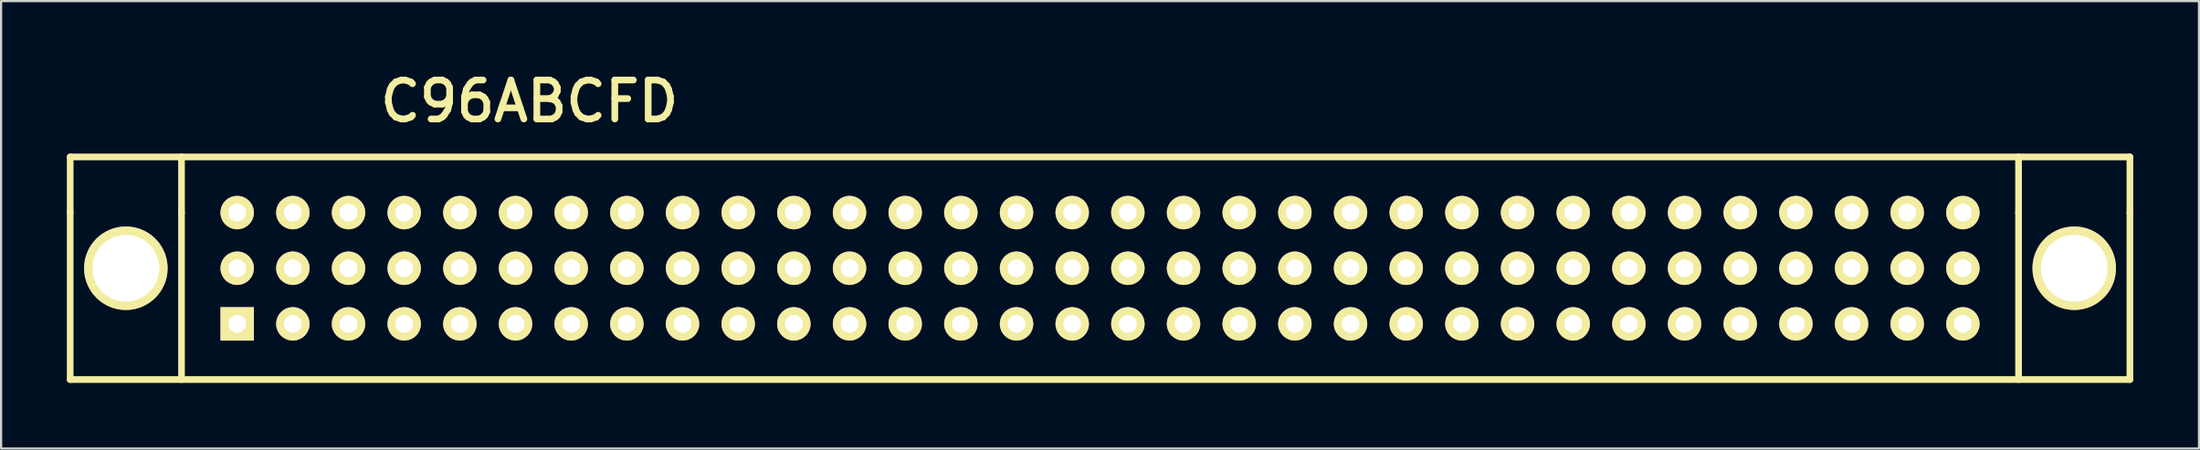
<source format=kicad_pcb>
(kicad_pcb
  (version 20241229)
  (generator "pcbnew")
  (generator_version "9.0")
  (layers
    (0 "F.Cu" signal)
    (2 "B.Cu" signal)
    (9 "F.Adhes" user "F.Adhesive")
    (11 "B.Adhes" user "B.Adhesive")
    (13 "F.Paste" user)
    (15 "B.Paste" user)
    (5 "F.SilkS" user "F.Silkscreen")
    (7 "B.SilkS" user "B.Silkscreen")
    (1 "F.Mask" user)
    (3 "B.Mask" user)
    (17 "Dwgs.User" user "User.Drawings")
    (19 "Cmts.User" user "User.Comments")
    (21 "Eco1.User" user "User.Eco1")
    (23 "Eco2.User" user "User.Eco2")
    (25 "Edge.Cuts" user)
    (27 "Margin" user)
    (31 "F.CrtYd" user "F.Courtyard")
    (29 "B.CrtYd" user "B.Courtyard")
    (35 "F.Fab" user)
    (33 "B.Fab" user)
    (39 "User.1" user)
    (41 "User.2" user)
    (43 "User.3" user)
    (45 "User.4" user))
  (footprint "C96ABCFD"
    (layer "F.Cu")
    (at 47.142 9.195)
    (property "Reference" "C96ABCFD" (at -26.035 -7.62 0) (layer "F.SilkS") (effects (font (size 1.778 1.778) (thickness 0.305))))
    (attr through_hole)
    (fp_line (start -46.99 -5.08) (end 46.99 -5.08) (stroke (width 0.305) (type solid)) (layer "F.SilkS"))
    (fp_line (start -46.99 -2.54) (end -46.99 -5.08) (stroke (width 0.305) (type solid)) (layer "F.SilkS"))
    (fp_line (start -46.99 -2.54) (end -46.99 5.08) (stroke (width 0.305) (type solid)) (layer "F.SilkS"))
    (fp_line (start -46.99 5.08) (end 46.99 5.08) (stroke (width 0.305) (type solid)) (layer "F.SilkS"))
    (fp_line (start -41.91 -2.54) (end -41.91 -5.08) (stroke (width 0.305) (type solid)) (layer "F.SilkS"))
    (fp_line (start -41.91 -2.54) (end -41.91 5.08) (stroke (width 0.305) (type solid)) (layer "F.SilkS"))
    (fp_line (start 41.91 -5.08) (end 41.91 -2.54) (stroke (width 0.305) (type solid)) (layer "F.SilkS"))
    (fp_line (start 41.91 -2.54) (end 41.91 5.08) (stroke (width 0.305) (type solid)) (layer "F.SilkS"))
    (fp_line (start 46.99 -5.08) (end 46.99 -2.54) (stroke (width 0.305) (type solid)) (layer "F.SilkS"))
    (fp_line (start 46.99 5.08) (end 46.99 -2.54) (stroke (width 0.305) (type solid)) (layer "F.SilkS"))
    (pad "65" thru_hole circle (at -44.45 0) (size 3.81 3.81) (drill 3.048) (layers "*.Cu" "*.Mask" "F.SilkS"))
    (pad "66" thru_hole circle (at 44.45 0) (size 3.81 3.81) (drill 3.048) (layers "*.Cu" "*.Mask" "F.SilkS"))
    (pad "A1" thru_hole rect (at -39.37 2.54) (size 1.524 1.524) (drill 0.813) (layers "*.Cu" "*.Mask" "F.SilkS"))
    (pad "A2" thru_hole circle (at -36.83 2.54) (size 1.524 1.524) (drill 0.813) (layers "*.Cu" "*.Mask" "F.SilkS"))
    (pad "A3" thru_hole circle (at -34.29 2.54) (size 1.524 1.524) (drill 0.813) (layers "*.Cu" "*.Mask" "F.SilkS"))
    (pad "A4" thru_hole circle (at -31.75 2.54) (size 1.524 1.524) (drill 0.813) (layers "*.Cu" "*.Mask" "F.SilkS"))
    (pad "A5" thru_hole circle (at -29.21 2.54) (size 1.524 1.524) (drill 0.813) (layers "*.Cu" "*.Mask" "F.SilkS"))
    (pad "A6" thru_hole circle (at -26.67 2.54) (size 1.524 1.524) (drill 0.813) (layers "*.Cu" "*.Mask" "F.SilkS"))
    (pad "A7" thru_hole circle (at -24.13 2.54) (size 1.524 1.524) (drill 0.813) (layers "*.Cu" "*.Mask" "F.SilkS"))
    (pad "A8" thru_hole circle (at -21.59 2.54) (size 1.524 1.524) (drill 0.813) (layers "*.Cu" "*.Mask" "F.SilkS"))
    (pad "A9" thru_hole circle (at -19.05 2.54) (size 1.524 1.524) (drill 0.813) (layers "*.Cu" "*.Mask" "F.SilkS"))
    (pad "A10" thru_hole circle (at -16.51 2.54) (size 1.524 1.524) (drill 0.813) (layers "*.Cu" "*.Mask" "F.SilkS"))
    (pad "A11" thru_hole circle (at -13.97 2.54) (size 1.524 1.524) (drill 0.813) (layers "*.Cu" "*.Mask" "F.SilkS"))
    (pad "A12" thru_hole circle (at -11.43 2.54) (size 1.524 1.524) (drill 0.813) (layers "*.Cu" "*.Mask" "F.SilkS"))
    (pad "A13" thru_hole circle (at -8.89 2.54) (size 1.524 1.524) (drill 0.813) (layers "*.Cu" "*.Mask" "F.SilkS"))
    (pad "A14" thru_hole circle (at -6.35 2.54) (size 1.524 1.524) (drill 0.813) (layers "*.Cu" "*.Mask" "F.SilkS"))
    (pad "A15" thru_hole circle (at -3.81 2.54) (size 1.524 1.524) (drill 0.813) (layers "*.Cu" "*.Mask" "F.SilkS"))
    (pad "A16" thru_hole circle (at -1.27 2.54) (size 1.524 1.524) (drill 0.813) (layers "*.Cu" "*.Mask" "F.SilkS"))
    (pad "A17" thru_hole circle (at 1.27 2.54) (size 1.524 1.524) (drill 0.813) (layers "*.Cu" "*.Mask" "F.SilkS"))
    (pad "A18" thru_hole circle (at 3.81 2.54) (size 1.524 1.524) (drill 0.813) (layers "*.Cu" "*.Mask" "F.SilkS"))
    (pad "A19" thru_hole circle (at 6.35 2.54) (size 1.524 1.524) (drill 0.813) (layers "*.Cu" "*.Mask" "F.SilkS"))
    (pad "A20" thru_hole circle (at 8.89 2.54) (size 1.524 1.524) (drill 0.813) (layers "*.Cu" "*.Mask" "F.SilkS"))
    (pad "A21" thru_hole circle (at 11.43 2.54) (size 1.524 1.524) (drill 0.813) (layers "*.Cu" "*.Mask" "F.SilkS"))
    (pad "A22" thru_hole circle (at 13.97 2.54) (size 1.524 1.524) (drill 0.813) (layers "*.Cu" "*.Mask" "F.SilkS"))
    (pad "A23" thru_hole circle (at 16.51 2.54) (size 1.524 1.524) (drill 0.813) (layers "*.Cu" "*.Mask" "F.SilkS"))
    (pad "A24" thru_hole circle (at 19.05 2.54) (size 1.524 1.524) (drill 0.813) (layers "*.Cu" "*.Mask" "F.SilkS"))
    (pad "A25" thru_hole circle (at 21.59 2.54) (size 1.524 1.524) (drill 0.813) (layers "*.Cu" "*.Mask" "F.SilkS"))
    (pad "A26" thru_hole circle (at 24.13 2.54) (size 1.524 1.524) (drill 0.813) (layers "*.Cu" "*.Mask" "F.SilkS"))
    (pad "A27" thru_hole circle (at 26.67 2.54) (size 1.524 1.524) (drill 0.813) (layers "*.Cu" "*.Mask" "F.SilkS"))
    (pad "A28" thru_hole circle (at 29.21 2.54) (size 1.524 1.524) (drill 0.813) (layers "*.Cu" "*.Mask" "F.SilkS"))
    (pad "A29" thru_hole circle (at 31.75 2.54) (size 1.524 1.524) (drill 0.813) (layers "*.Cu" "*.Mask" "F.SilkS"))
    (pad "A30" thru_hole circle (at 34.29 2.54) (size 1.524 1.524) (drill 0.813) (layers "*.Cu" "*.Mask" "F.SilkS"))
    (pad "A31" thru_hole circle (at 36.83 2.54) (size 1.524 1.524) (drill 0.813) (layers "*.Cu" "*.Mask" "F.SilkS"))
    (pad "A32" thru_hole circle (at 39.37 2.54) (size 1.524 1.524) (drill 0.813) (layers "*.Cu" "*.Mask" "F.SilkS"))
    (pad "B1" thru_hole circle (at -39.37 0) (size 1.524 1.524) (drill 0.813) (layers "*.Cu" "*.Mask" "F.SilkS"))
    (pad "B2" thru_hole circle (at -36.83 0) (size 1.524 1.524) (drill 0.813) (layers "*.Cu" "*.Mask" "F.SilkS"))
    (pad "B3" thru_hole circle (at -34.29 0) (size 1.524 1.524) (drill 0.813) (layers "*.Cu" "*.Mask" "F.SilkS"))
    (pad "B4" thru_hole circle (at -31.75 0) (size 1.524 1.524) (drill 0.813) (layers "*.Cu" "*.Mask" "F.SilkS"))
    (pad "B5" thru_hole circle (at -29.21 0) (size 1.524 1.524) (drill 0.813) (layers "*.Cu" "*.Mask" "F.SilkS"))
    (pad "B6" thru_hole circle (at -26.67 0) (size 1.524 1.524) (drill 0.813) (layers "*.Cu" "*.Mask" "F.SilkS"))
    (pad "B7" thru_hole circle (at -24.13 0) (size 1.524 1.524) (drill 0.813) (layers "*.Cu" "*.Mask" "F.SilkS"))
    (pad "B8" thru_hole circle (at -21.59 0) (size 1.524 1.524) (drill 0.813) (layers "*.Cu" "*.Mask" "F.SilkS"))
    (pad "B9" thru_hole circle (at -19.05 0) (size 1.524 1.524) (drill 0.813) (layers "*.Cu" "*.Mask" "F.SilkS"))
    (pad "B10" thru_hole circle (at -16.51 0) (size 1.524 1.524) (drill 0.813) (layers "*.Cu" "*.Mask" "F.SilkS"))
    (pad "B11" thru_hole circle (at -13.97 0) (size 1.524 1.524) (drill 0.813) (layers "*.Cu" "*.Mask" "F.SilkS"))
    (pad "B12" thru_hole circle (at -11.43 0) (size 1.524 1.524) (drill 0.813) (layers "*.Cu" "*.Mask" "F.SilkS"))
    (pad "B13" thru_hole circle (at -8.89 0) (size 1.524 1.524) (drill 0.813) (layers "*.Cu" "*.Mask" "F.SilkS"))
    (pad "B14" thru_hole circle (at -6.35 0) (size 1.524 1.524) (drill 0.813) (layers "*.Cu" "*.Mask" "F.SilkS"))
    (pad "B15" thru_hole circle (at -3.81 0) (size 1.524 1.524) (drill 0.813) (layers "*.Cu" "*.Mask" "F.SilkS"))
    (pad "B16" thru_hole circle (at -1.27 0) (size 1.524 1.524) (drill 0.813) (layers "*.Cu" "*.Mask" "F.SilkS"))
    (pad "B17" thru_hole circle (at 1.27 0) (size 1.524 1.524) (drill 0.813) (layers "*.Cu" "*.Mask" "F.SilkS"))
    (pad "B18" thru_hole circle (at 3.81 0) (size 1.524 1.524) (drill 0.813) (layers "*.Cu" "*.Mask" "F.SilkS"))
    (pad "B19" thru_hole circle (at 6.35 0) (size 1.524 1.524) (drill 0.813) (layers "*.Cu" "*.Mask" "F.SilkS"))
    (pad "B20" thru_hole circle (at 8.89 0) (size 1.524 1.524) (drill 0.813) (layers "*.Cu" "*.Mask" "F.SilkS"))
    (pad "B21" thru_hole circle (at 11.43 0) (size 1.524 1.524) (drill 0.813) (layers "*.Cu" "*.Mask" "F.SilkS"))
    (pad "B22" thru_hole circle (at 13.97 0) (size 1.524 1.524) (drill 0.813) (layers "*.Cu" "*.Mask" "F.SilkS"))
    (pad "B23" thru_hole circle (at 16.51 0) (size 1.524 1.524) (drill 0.813) (layers "*.Cu" "*.Mask" "F.SilkS"))
    (pad "B24" thru_hole circle (at 19.05 0) (size 1.524 1.524) (drill 0.813) (layers "*.Cu" "*.Mask" "F.SilkS"))
    (pad "B25" thru_hole circle (at 21.59 0) (size 1.524 1.524) (drill 0.813) (layers "*.Cu" "*.Mask" "F.SilkS"))
    (pad "B26" thru_hole circle (at 24.13 0) (size 1.524 1.524) (drill 0.813) (layers "*.Cu" "*.Mask" "F.SilkS"))
    (pad "B27" thru_hole circle (at 26.67 0) (size 1.524 1.524) (drill 0.813) (layers "*.Cu" "*.Mask" "F.SilkS"))
    (pad "B28" thru_hole circle (at 29.21 0) (size 1.524 1.524) (drill 0.813) (layers "*.Cu" "*.Mask" "F.SilkS"))
    (pad "B29" thru_hole circle (at 31.75 0) (size 1.524 1.524) (drill 0.813) (layers "*.Cu" "*.Mask" "F.SilkS"))
    (pad "B30" thru_hole circle (at 34.29 0) (size 1.524 1.524) (drill 0.813) (layers "*.Cu" "*.Mask" "F.SilkS"))
    (pad "B31" thru_hole circle (at 36.83 0) (size 1.524 1.524) (drill 0.813) (layers "*.Cu" "*.Mask" "F.SilkS"))
    (pad "B32" thru_hole circle (at 39.37 0) (size 1.524 1.524) (drill 0.813) (layers "*.Cu" "*.Mask" "F.SilkS"))
    (pad "C1" thru_hole circle (at -39.37 -2.54) (size 1.524 1.524) (drill 0.813) (layers "*.Cu" "*.Mask" "F.SilkS"))
    (pad "C2" thru_hole circle (at -36.83 -2.54) (size 1.524 1.524) (drill 0.813) (layers "*.Cu" "*.Mask" "F.SilkS"))
    (pad "C3" thru_hole circle (at -34.29 -2.54) (size 1.524 1.524) (drill 0.813) (layers "*.Cu" "*.Mask" "F.SilkS"))
    (pad "C4" thru_hole circle (at -31.75 -2.54) (size 1.524 1.524) (drill 0.813) (layers "*.Cu" "*.Mask" "F.SilkS"))
    (pad "C5" thru_hole circle (at -29.21 -2.54) (size 1.524 1.524) (drill 0.813) (layers "*.Cu" "*.Mask" "F.SilkS"))
    (pad "C6" thru_hole circle (at -26.67 -2.54) (size 1.524 1.524) (drill 0.813) (layers "*.Cu" "*.Mask" "F.SilkS"))
    (pad "C7" thru_hole circle (at -24.13 -2.54) (size 1.524 1.524) (drill 0.813) (layers "*.Cu" "*.Mask" "F.SilkS"))
    (pad "C8" thru_hole circle (at -21.59 -2.54) (size 1.524 1.524) (drill 0.813) (layers "*.Cu" "*.Mask" "F.SilkS"))
    (pad "C9" thru_hole circle (at -19.05 -2.54) (size 1.524 1.524) (drill 0.813) (layers "*.Cu" "*.Mask" "F.SilkS"))
    (pad "C10" thru_hole circle (at -16.51 -2.54) (size 1.524 1.524) (drill 0.813) (layers "*.Cu" "*.Mask" "F.SilkS"))
    (pad "C11" thru_hole circle (at -13.97 -2.54) (size 1.524 1.524) (drill 0.813) (layers "*.Cu" "*.Mask" "F.SilkS"))
    (pad "C12" thru_hole circle (at -11.43 -2.54) (size 1.524 1.524) (drill 0.813) (layers "*.Cu" "*.Mask" "F.SilkS"))
    (pad "C13" thru_hole circle (at -8.89 -2.54) (size 1.524 1.524) (drill 0.813) (layers "*.Cu" "*.Mask" "F.SilkS"))
    (pad "C14" thru_hole circle (at -6.35 -2.54) (size 1.524 1.524) (drill 0.813) (layers "*.Cu" "*.Mask" "F.SilkS"))
    (pad "C15" thru_hole circle (at -3.81 -2.54) (size 1.524 1.524) (drill 0.813) (layers "*.Cu" "*.Mask" "F.SilkS"))
    (pad "C16" thru_hole circle (at -1.27 -2.54) (size 1.524 1.524) (drill 0.813) (layers "*.Cu" "*.Mask" "F.SilkS"))
    (pad "C17" thru_hole circle (at 1.27 -2.54) (size 1.524 1.524) (drill 0.813) (layers "*.Cu" "*.Mask" "F.SilkS"))
    (pad "C18" thru_hole circle (at 3.81 -2.54) (size 1.524 1.524) (drill 0.813) (layers "*.Cu" "*.Mask" "F.SilkS"))
    (pad "C19" thru_hole circle (at 6.35 -2.54) (size 1.524 1.524) (drill 0.813) (layers "*.Cu" "*.Mask" "F.SilkS"))
    (pad "C20" thru_hole circle (at 8.89 -2.54) (size 1.524 1.524) (drill 0.813) (layers "*.Cu" "*.Mask" "F.SilkS"))
    (pad "C21" thru_hole circle (at 11.43 -2.54) (size 1.524 1.524) (drill 0.813) (layers "*.Cu" "*.Mask" "F.SilkS"))
    (pad "C22" thru_hole circle (at 13.97 -2.54) (size 1.524 1.524) (drill 0.813) (layers "*.Cu" "*.Mask" "F.SilkS"))
    (pad "C23" thru_hole circle (at 16.51 -2.54) (size 1.524 1.524) (drill 0.813) (layers "*.Cu" "*.Mask" "F.SilkS"))
    (pad "C24" thru_hole circle (at 19.05 -2.54) (size 1.524 1.524) (drill 0.813) (layers "*.Cu" "*.Mask" "F.SilkS"))
    (pad "C25" thru_hole circle (at 21.59 -2.54) (size 1.524 1.524) (drill 0.813) (layers "*.Cu" "*.Mask" "F.SilkS"))
    (pad "C26" thru_hole circle (at 24.13 -2.54) (size 1.524 1.524) (drill 0.813) (layers "*.Cu" "*.Mask" "F.SilkS"))
    (pad "C27" thru_hole circle (at 26.67 -2.54) (size 1.524 1.524) (drill 0.813) (layers "*.Cu" "*.Mask" "F.SilkS"))
    (pad "C28" thru_hole circle (at 29.21 -2.54) (size 1.524 1.524) (drill 0.813) (layers "*.Cu" "*.Mask" "F.SilkS"))
    (pad "C29" thru_hole circle (at 31.75 -2.54) (size 1.524 1.524) (drill 0.813) (layers "*.Cu" "*.Mask" "F.SilkS"))
    (pad "C30" thru_hole circle (at 34.29 -2.54) (size 1.524 1.524) (drill 0.813) (layers "*.Cu" "*.Mask" "F.SilkS"))
    (pad "C31" thru_hole circle (at 36.83 -2.54) (size 1.524 1.524) (drill 0.813) (layers "*.Cu" "*.Mask" "F.SilkS"))
    (pad "C32" thru_hole circle (at 39.37 -2.54) (size 1.524 1.524) (drill 0.813) (layers "*.Cu" "*.Mask" "F.SilkS")))
  (gr_rect
    (start -3 -3)
    (end 97.285 17.427)
    (stroke (width 0.1) (type default))
    (fill no)
    (layer "Edge.Cuts")))
</source>
